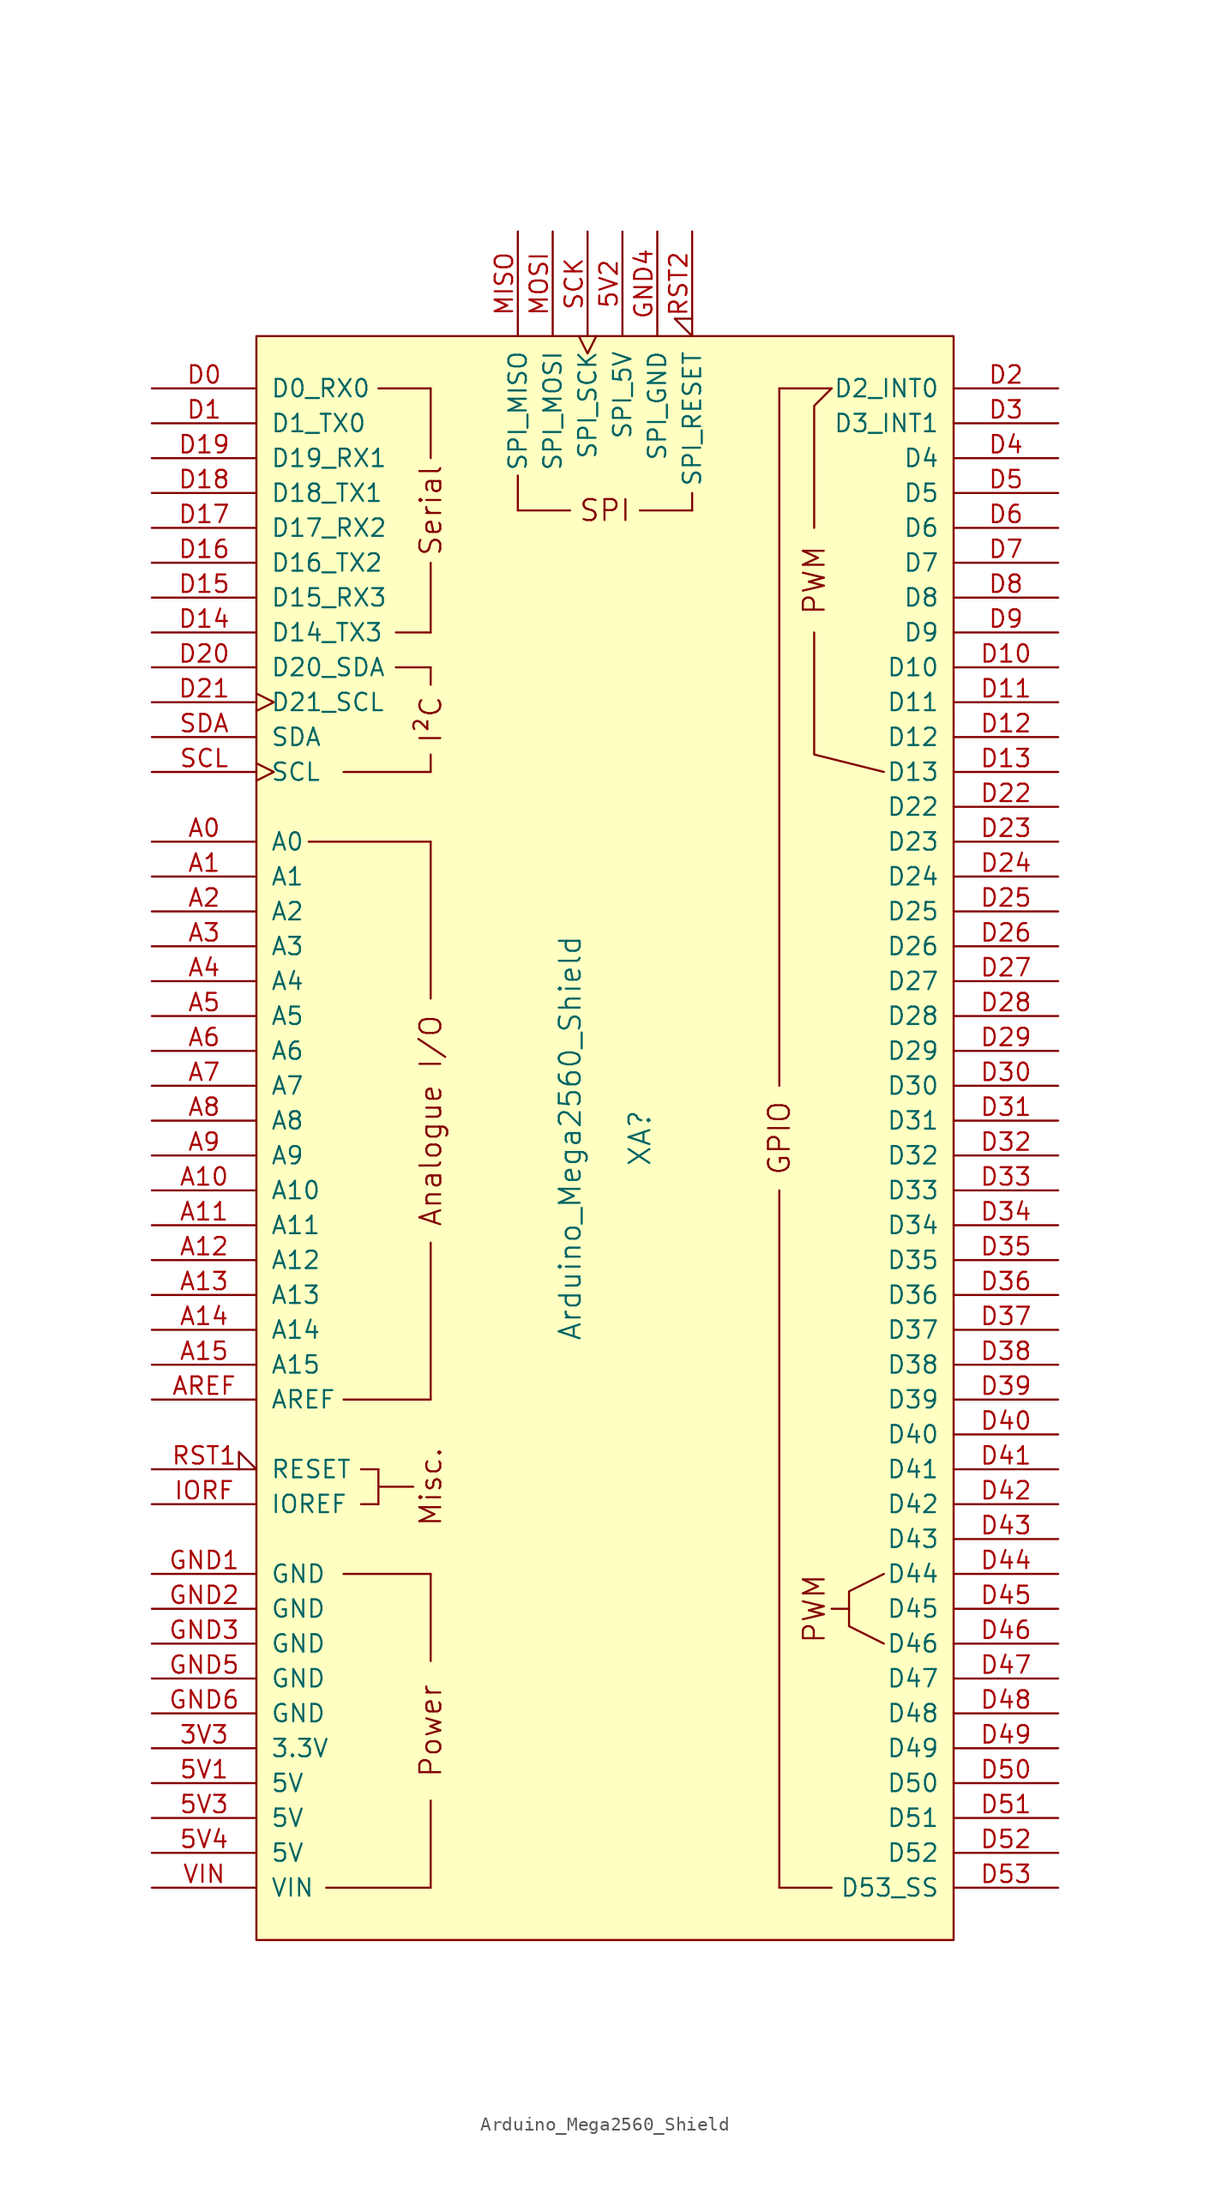
<source format=kicad_sym>
(kicad_symbol_lib
  (version 20220914)
  (generator kicad_symbol_editor)
  (symbol "Arduino_Mega2560_Shield"
    (pin_names
      (offset 1.016))
    (property "Reference" "XA"
      (at 2.54 0 90)
      (effects (font (size 1.524 1.524))))
    (property "Value" "Arduino_Mega2560_Shield"
      (at -2.54 0 90)
      (effects (font (size 1.524 1.524))))
    (symbol "Arduino_Mega2560_Shield_0_0"
      (rectangle (start -25.4 -58.42) (end 25.4 58.42) (stroke (width 0) (type default)) (fill (type background)))
      (rectangle (start -20.32 -54.61) (end -12.7 -54.61) (stroke (width 0) (type default)) (fill (type none)))
      (rectangle (start -19.05 -31.75) (end -12.7 -31.75) (stroke (width 0) (type default)) (fill (type none)))
      (rectangle (start -19.05 -19.05) (end -12.7 -19.05) (stroke (width 0) (type default)) (fill (type none)))
      (rectangle (start -19.05 26.67) (end -12.7 26.67) (stroke (width 0) (type default)) (fill (type none)))
      (rectangle (start -17.78 -26.67) (end -16.51 -26.67) (stroke (width 0) (type default)) (fill (type none)))
      (rectangle (start -17.78 -24.13) (end -16.51 -24.13) (stroke (width 0) (type default)) (fill (type none)))
      (rectangle (start -16.51 -25.4) (end -13.97 -25.4) (stroke (width 0) (type default)) (fill (type none)))
      (rectangle (start -16.51 -24.13) (end -16.51 -26.67) (stroke (width 0) (type default)) (fill (type none)))
      (rectangle (start -16.51 54.61) (end -12.7 54.61) (stroke (width 0) (type default)) (fill (type none)))
      (rectangle (start -15.24 34.29) (end -12.7 34.29) (stroke (width 0) (type default)) (fill (type none)))
      (rectangle (start -15.24 36.83) (end -12.7 36.83) (stroke (width 0) (type default)) (fill (type none)))
      (rectangle (start -12.7 -54.61) (end -12.7 -48.26) (stroke (width 0) (type default)) (fill (type none)))
      (rectangle (start -12.7 -31.75) (end -12.7 -38.1) (stroke (width 0) (type default)) (fill (type none)))
      (rectangle (start -12.7 26.67) (end -12.7 27.94) (stroke (width 0) (type default)) (fill (type none)))
      (rectangle (start -12.7 34.29) (end -12.7 33.02) (stroke (width 0) (type default)) (fill (type none)))
      (rectangle (start -12.7 41.91) (end -12.7 36.83) (stroke (width 0) (type default)) (fill (type none)))
      (rectangle (start -12.7 49.53) (end -12.7 54.61) (stroke (width 0) (type default)) (fill (type none)))
      (rectangle (start -6.35 48.26) (end -6.35 45.72) (stroke (width 0) (type default)) (fill (type none)))
      (rectangle (start -2.54 45.72) (end -6.35 45.72) (stroke (width 0) (type default)) (fill (type none)))
      (polyline (pts (xy -21.59 21.59) (xy -12.7 21.59)) (stroke (width 0) (type default)) (fill (type none)))
      (polyline (pts (xy -12.7 -19.05) (xy -12.7 -7.62)) (stroke (width 0) (type default)) (fill (type none)))
      (polyline (pts (xy -12.7 10.16) (xy -12.7 21.59)) (stroke (width 0) (type default)) (fill (type none)))
      (polyline (pts (xy 12.7 -54.61) (xy 16.51 -54.61)) (stroke (width 0) (type default)) (fill (type none)))
      (polyline (pts (xy 12.7 54.61) (xy 16.51 54.61)) (stroke (width 0) (type default)) (fill (type none)))
      (polyline (pts (xy 17.78 -34.29) (xy 16.51 -34.29)) (stroke (width 0) (type default)) (fill (type none)))
      (polyline (pts (xy 15.24 36.83) (xy 15.24 27.94) (xy 20.32 26.67)) (stroke (width 0) (type default)) (fill (type none)))
      (polyline (pts (xy 15.24 44.45) (xy 15.24 53.34) (xy 16.51 54.61)) (stroke (width 0) (type default)) (fill (type none)))
      (polyline (pts (xy 20.32 -31.75) (xy 17.78 -33.02) (xy 17.78 -35.56) (xy 20.32 -36.83)) (stroke (width 0) (type default)) (fill (type none)))
      (rectangle (start 6.35 45.72) (end 2.54 45.72) (stroke (width 0) (type default)) (fill (type none)))
      (rectangle (start 6.35 46.99) (end 6.35 45.72) (stroke (width 0) (type default)) (fill (type none)))
      (text "Analogue I/O" (at -12.7 1.27 900) (effects (font (size 1.524 1.524))))
      (text "I²C" (at -12.7 30.48 900) (effects (font (size 1.524 1.524))))
      (text "Misc." (at -12.7 -25.4 900) (effects (font (size 1.524 1.524))))
      (text "Power" (at -12.7 -43.18 900) (effects (font (size 1.524 1.524))))
      (text "PWM" (at 15.24 -34.29 900) (effects (font (size 1.524 1.524))))
      (text "PWM" (at 15.24 40.64 900) (effects (font (size 1.524 1.524))))
      (text "Serial" (at -12.7 45.72 900) (effects (font (size 1.524 1.524))))
      (text "SPI" (at 0 45.72 0) (effects (font (size 1.524 1.524)))))
    (symbol "Arduino_Mega2560_Shield_1_0"
      (rectangle (start 12.7 -54.61) (end 12.7 -3.81) (stroke (width 0) (type default)) (fill (type none)))
      (rectangle (start 12.7 54.61) (end 12.7 3.81) (stroke (width 0) (type default)) (fill (type none)))
      (text "GPIO" (at 12.7 0 900) (effects (font (size 1.524 1.524)))))
    (symbol "Arduino_Mega2560_Shield_1_1"
      (pin power_in line (at -33.02 -44.45 0) (length 7.62) (name "3.3V" (effects (font (size 1.27 1.27)))) (number "3V3" (effects (font (size 1.27 1.27)))))
      (pin power_in line (at -33.02 -46.99 0) (length 7.62) (name "5V" (effects (font (size 1.27 1.27)))) (number "5V1" (effects (font (size 1.27 1.27)))))
      (pin power_in line (at 1.27 66.04 270) (length 7.62) (name "SPI_5V" (effects (font (size 1.27 1.27)))) (number "5V2" (effects (font (size 1.27 1.27)))))
      (pin power_in line (at -33.02 -49.53 0) (length 7.62) (name "5V" (effects (font (size 1.27 1.27)))) (number "5V3" (effects (font (size 1.27 1.27)))))
      (pin power_in line (at -33.02 -52.07 0) (length 7.62) (name "5V" (effects (font (size 1.27 1.27)))) (number "5V4" (effects (font (size 1.27 1.27)))))
      (pin bidirectional line (at -33.02 21.59 0) (length 7.62) (name "A0" (effects (font (size 1.27 1.27)))) (number "A0" (effects (font (size 1.27 1.27)))))
      (pin bidirectional line (at -33.02 19.05 0) (length 7.62) (name "A1" (effects (font (size 1.27 1.27)))) (number "A1" (effects (font (size 1.27 1.27)))))
      (pin bidirectional line (at -33.02 -3.81 0) (length 7.62) (name "A10" (effects (font (size 1.27 1.27)))) (number "A10" (effects (font (size 1.27 1.27)))))
      (pin bidirectional line (at -33.02 -6.35 0) (length 7.62) (name "A11" (effects (font (size 1.27 1.27)))) (number "A11" (effects (font (size 1.27 1.27)))))
      (pin bidirectional line (at -33.02 -8.89 0) (length 7.62) (name "A12" (effects (font (size 1.27 1.27)))) (number "A12" (effects (font (size 1.27 1.27)))))
      (pin bidirectional line (at -33.02 -11.43 0) (length 7.62) (name "A13" (effects (font (size 1.27 1.27)))) (number "A13" (effects (font (size 1.27 1.27)))))
      (pin bidirectional line (at -33.02 -13.97 0) (length 7.62) (name "A14" (effects (font (size 1.27 1.27)))) (number "A14" (effects (font (size 1.27 1.27)))))
      (pin bidirectional line (at -33.02 -16.51 0) (length 7.62) (name "A15" (effects (font (size 1.27 1.27)))) (number "A15" (effects (font (size 1.27 1.27)))))
      (pin bidirectional line (at -33.02 16.51 0) (length 7.62) (name "A2" (effects (font (size 1.27 1.27)))) (number "A2" (effects (font (size 1.27 1.27)))))
      (pin bidirectional line (at -33.02 13.97 0) (length 7.62) (name "A3" (effects (font (size 1.27 1.27)))) (number "A3" (effects (font (size 1.27 1.27)))))
      (pin bidirectional line (at -33.02 11.43 0) (length 7.62) (name "A4" (effects (font (size 1.27 1.27)))) (number "A4" (effects (font (size 1.27 1.27)))))
      (pin bidirectional line (at -33.02 8.89 0) (length 7.62) (name "A5" (effects (font (size 1.27 1.27)))) (number "A5" (effects (font (size 1.27 1.27)))))
      (pin bidirectional line (at -33.02 6.35 0) (length 7.62) (name "A6" (effects (font (size 1.27 1.27)))) (number "A6" (effects (font (size 1.27 1.27)))))
      (pin bidirectional line (at -33.02 3.81 0) (length 7.62) (name "A7" (effects (font (size 1.27 1.27)))) (number "A7" (effects (font (size 1.27 1.27)))))
      (pin bidirectional line (at -33.02 1.27 0) (length 7.62) (name "A8" (effects (font (size 1.27 1.27)))) (number "A8" (effects (font (size 1.27 1.27)))))
      (pin bidirectional line (at -33.02 -1.27 0) (length 7.62) (name "A9" (effects (font (size 1.27 1.27)))) (number "A9" (effects (font (size 1.27 1.27)))))
      (pin input line (at -33.02 -19.05 0) (length 7.62) (name "AREF" (effects (font (size 1.27 1.27)))) (number "AREF" (effects (font (size 1.27 1.27)))))
      (pin bidirectional line (at -33.02 54.61 0) (length 7.62) (name "D0_RX0" (effects (font (size 1.27 1.27)))) (number "D0" (effects (font (size 1.27 1.27)))))
      (pin bidirectional line (at -33.02 52.07 0) (length 7.62) (name "D1_TX0" (effects (font (size 1.27 1.27)))) (number "D1" (effects (font (size 1.27 1.27)))))
      (pin bidirectional line (at 33.02 34.29 180) (length 7.62) (name "D10" (effects (font (size 1.27 1.27)))) (number "D10" (effects (font (size 1.27 1.27)))))
      (pin bidirectional line (at 33.02 31.75 180) (length 7.62) (name "D11" (effects (font (size 1.27 1.27)))) (number "D11" (effects (font (size 1.27 1.27)))))
      (pin bidirectional line (at 33.02 29.21 180) (length 7.62) (name "D12" (effects (font (size 1.27 1.27)))) (number "D12" (effects (font (size 1.27 1.27)))))
      (pin bidirectional line (at 33.02 26.67 180) (length 7.62) (name "D13" (effects (font (size 1.27 1.27)))) (number "D13" (effects (font (size 1.27 1.27)))))
      (pin bidirectional line (at -33.02 36.83 0) (length 7.62) (name "D14_TX3" (effects (font (size 1.27 1.27)))) (number "D14" (effects (font (size 1.27 1.27)))))
      (pin bidirectional line (at -33.02 39.37 0) (length 7.62) (name "D15_RX3" (effects (font (size 1.27 1.27)))) (number "D15" (effects (font (size 1.27 1.27)))))
      (pin bidirectional line (at -33.02 41.91 0) (length 7.62) (name "D16_TX2" (effects (font (size 1.27 1.27)))) (number "D16" (effects (font (size 1.27 1.27)))))
      (pin bidirectional line (at -33.02 44.45 0) (length 7.62) (name "D17_RX2" (effects (font (size 1.27 1.27)))) (number "D17" (effects (font (size 1.27 1.27)))))
      (pin bidirectional line (at -33.02 46.99 0) (length 7.62) (name "D18_TX1" (effects (font (size 1.27 1.27)))) (number "D18" (effects (font (size 1.27 1.27)))))
      (pin bidirectional line (at -33.02 49.53 0) (length 7.62) (name "D19_RX1" (effects (font (size 1.27 1.27)))) (number "D19" (effects (font (size 1.27 1.27)))))
      (pin bidirectional line (at 33.02 54.61 180) (length 7.62) (name "D2_INT0" (effects (font (size 1.27 1.27)))) (number "D2" (effects (font (size 1.27 1.27)))))
      (pin bidirectional line (at -33.02 34.29 0) (length 7.62) (name "D20_SDA" (effects (font (size 1.27 1.27)))) (number "D20" (effects (font (size 1.27 1.27)))))
      (pin bidirectional clock (at -33.02 31.75 0) (length 7.62) (name "D21_SCL" (effects (font (size 1.27 1.27)))) (number "D21" (effects (font (size 1.27 1.27)))))
      (pin bidirectional line (at 33.02 24.13 180) (length 7.62) (name "D22" (effects (font (size 1.27 1.27)))) (number "D22" (effects (font (size 1.27 1.27)))))
      (pin bidirectional line (at 33.02 21.59 180) (length 7.62) (name "D23" (effects (font (size 1.27 1.27)))) (number "D23" (effects (font (size 1.27 1.27)))))
      (pin bidirectional line (at 33.02 19.05 180) (length 7.62) (name "D24" (effects (font (size 1.27 1.27)))) (number "D24" (effects (font (size 1.27 1.27)))))
      (pin bidirectional line (at 33.02 16.51 180) (length 7.62) (name "D25" (effects (font (size 1.27 1.27)))) (number "D25" (effects (font (size 1.27 1.27)))))
      (pin bidirectional line (at 33.02 13.97 180) (length 7.62) (name "D26" (effects (font (size 1.27 1.27)))) (number "D26" (effects (font (size 1.27 1.27)))))
      (pin bidirectional line (at 33.02 11.43 180) (length 7.62) (name "D27" (effects (font (size 1.27 1.27)))) (number "D27" (effects (font (size 1.27 1.27)))))
      (pin bidirectional line (at 33.02 8.89 180) (length 7.62) (name "D28" (effects (font (size 1.27 1.27)))) (number "D28" (effects (font (size 1.27 1.27)))))
      (pin bidirectional line (at 33.02 6.35 180) (length 7.62) (name "D29" (effects (font (size 1.27 1.27)))) (number "D29" (effects (font (size 1.27 1.27)))))
      (pin bidirectional line (at 33.02 52.07 180) (length 7.62) (name "D3_INT1" (effects (font (size 1.27 1.27)))) (number "D3" (effects (font (size 1.27 1.27)))))
      (pin bidirectional line (at 33.02 3.81 180) (length 7.62) (name "D30" (effects (font (size 1.27 1.27)))) (number "D30" (effects (font (size 1.27 1.27)))))
      (pin bidirectional line (at 33.02 1.27 180) (length 7.62) (name "D31" (effects (font (size 1.27 1.27)))) (number "D31" (effects (font (size 1.27 1.27)))))
      (pin bidirectional line (at 33.02 -1.27 180) (length 7.62) (name "D32" (effects (font (size 1.27 1.27)))) (number "D32" (effects (font (size 1.27 1.27)))))
      (pin bidirectional line (at 33.02 -3.81 180) (length 7.62) (name "D33" (effects (font (size 1.27 1.27)))) (number "D33" (effects (font (size 1.27 1.27)))))
      (pin bidirectional line (at 33.02 -6.35 180) (length 7.62) (name "D34" (effects (font (size 1.27 1.27)))) (number "D34" (effects (font (size 1.27 1.27)))))
      (pin bidirectional line (at 33.02 -8.89 180) (length 7.62) (name "D35" (effects (font (size 1.27 1.27)))) (number "D35" (effects (font (size 1.27 1.27)))))
      (pin bidirectional line (at 33.02 -11.43 180) (length 7.62) (name "D36" (effects (font (size 1.27 1.27)))) (number "D36" (effects (font (size 1.27 1.27)))))
      (pin bidirectional line (at 33.02 -13.97 180) (length 7.62) (name "D37" (effects (font (size 1.27 1.27)))) (number "D37" (effects (font (size 1.27 1.27)))))
      (pin bidirectional line (at 33.02 -16.51 180) (length 7.62) (name "D38" (effects (font (size 1.27 1.27)))) (number "D38" (effects (font (size 1.27 1.27)))))
      (pin bidirectional line (at 33.02 -19.05 180) (length 7.62) (name "D39" (effects (font (size 1.27 1.27)))) (number "D39" (effects (font (size 1.27 1.27)))))
      (pin bidirectional line (at 33.02 49.53 180) (length 7.62) (name "D4" (effects (font (size 1.27 1.27)))) (number "D4" (effects (font (size 1.27 1.27)))))
      (pin bidirectional line (at 33.02 -21.59 180) (length 7.62) (name "D40" (effects (font (size 1.27 1.27)))) (number "D40" (effects (font (size 1.27 1.27)))))
      (pin bidirectional line (at 33.02 -24.13 180) (length 7.62) (name "D41" (effects (font (size 1.27 1.27)))) (number "D41" (effects (font (size 1.27 1.27)))))
      (pin bidirectional line (at 33.02 -26.67 180) (length 7.62) (name "D42" (effects (font (size 1.27 1.27)))) (number "D42" (effects (font (size 1.27 1.27)))))
      (pin bidirectional line (at 33.02 -29.21 180) (length 7.62) (name "D43" (effects (font (size 1.27 1.27)))) (number "D43" (effects (font (size 1.27 1.27)))))
      (pin bidirectional line (at 33.02 -31.75 180) (length 7.62) (name "D44" (effects (font (size 1.27 1.27)))) (number "D44" (effects (font (size 1.27 1.27)))))
      (pin bidirectional line (at 33.02 -34.29 180) (length 7.62) (name "D45" (effects (font (size 1.27 1.27)))) (number "D45" (effects (font (size 1.27 1.27)))))
      (pin bidirectional line (at 33.02 -36.83 180) (length 7.62) (name "D46" (effects (font (size 1.27 1.27)))) (number "D46" (effects (font (size 1.27 1.27)))))
      (pin bidirectional line (at 33.02 -39.37 180) (length 7.62) (name "D47" (effects (font (size 1.27 1.27)))) (number "D47" (effects (font (size 1.27 1.27)))))
      (pin bidirectional line (at 33.02 -41.91 180) (length 7.62) (name "D48" (effects (font (size 1.27 1.27)))) (number "D48" (effects (font (size 1.27 1.27)))))
      (pin bidirectional line (at 33.02 -44.45 180) (length 7.62) (name "D49" (effects (font (size 1.27 1.27)))) (number "D49" (effects (font (size 1.27 1.27)))))
      (pin bidirectional line (at 33.02 46.99 180) (length 7.62) (name "D5" (effects (font (size 1.27 1.27)))) (number "D5" (effects (font (size 1.27 1.27)))))
      (pin bidirectional line (at 33.02 -46.99 180) (length 7.62) (name "D50" (effects (font (size 1.27 1.27)))) (number "D50" (effects (font (size 1.27 1.27)))))
      (pin bidirectional line (at 33.02 -49.53 180) (length 7.62) (name "D51" (effects (font (size 1.27 1.27)))) (number "D51" (effects (font (size 1.27 1.27)))))
      (pin bidirectional line (at 33.02 -52.07 180) (length 7.62) (name "D52" (effects (font (size 1.27 1.27)))) (number "D52" (effects (font (size 1.27 1.27)))))
      (pin bidirectional line (at 33.02 -54.61 180) (length 7.62) (name "D53_SS" (effects (font (size 1.27 1.27)))) (number "D53" (effects (font (size 1.27 1.27)))))
      (pin bidirectional line (at 33.02 44.45 180) (length 7.62) (name "D6" (effects (font (size 1.27 1.27)))) (number "D6" (effects (font (size 1.27 1.27)))))
      (pin bidirectional line (at 33.02 41.91 180) (length 7.62) (name "D7" (effects (font (size 1.27 1.27)))) (number "D7" (effects (font (size 1.27 1.27)))))
      (pin bidirectional line (at 33.02 39.37 180) (length 7.62) (name "D8" (effects (font (size 1.27 1.27)))) (number "D8" (effects (font (size 1.27 1.27)))))
      (pin bidirectional line (at 33.02 36.83 180) (length 7.62) (name "D9" (effects (font (size 1.27 1.27)))) (number "D9" (effects (font (size 1.27 1.27)))))
      (pin power_in line (at -33.02 -31.75 0) (length 7.62) (name "GND" (effects (font (size 1.27 1.27)))) (number "GND1" (effects (font (size 1.27 1.27)))))
      (pin power_in line (at -33.02 -34.29 0) (length 7.62) (name "GND" (effects (font (size 1.27 1.27)))) (number "GND2" (effects (font (size 1.27 1.27)))))
      (pin power_in line (at -33.02 -36.83 0) (length 7.62) (name "GND" (effects (font (size 1.27 1.27)))) (number "GND3" (effects (font (size 1.27 1.27)))))
      (pin power_in line (at 3.81 66.04 270) (length 7.62) (name "SPI_GND" (effects (font (size 1.27 1.27)))) (number "GND4" (effects (font (size 1.27 1.27)))))
      (pin power_in line (at -33.02 -39.37 0) (length 7.62) (name "GND" (effects (font (size 1.27 1.27)))) (number "GND5" (effects (font (size 1.27 1.27)))))
      (pin power_in line (at -33.02 -41.91 0) (length 7.62) (name "GND" (effects (font (size 1.27 1.27)))) (number "GND6" (effects (font (size 1.27 1.27)))))
      (pin output line (at -33.02 -26.67 0) (length 7.62) (name "IOREF" (effects (font (size 1.27 1.27)))) (number "IORF" (effects (font (size 1.27 1.27)))))
      (pin input line (at -6.35 66.04 270) (length 7.62) (name "SPI_MISO" (effects (font (size 1.27 1.27)))) (number "MISO" (effects (font (size 1.27 1.27)))))
      (pin output line (at -3.81 66.04 270) (length 7.62) (name "SPI_MOSI" (effects (font (size 1.27 1.27)))) (number "MOSI" (effects (font (size 1.27 1.27)))))
      (pin open_collector input_low (at -33.02 -24.13 0) (length 7.62) (name "RESET" (effects (font (size 1.27 1.27)))) (number "RST1" (effects (font (size 1.27 1.27)))))
      (pin open_collector input_low (at 6.35 66.04 270) (length 7.62) (name "SPI_RESET" (effects (font (size 1.27 1.27)))) (number "RST2" (effects (font (size 1.27 1.27)))))
      (pin output clock (at -1.27 66.04 270) (length 7.62) (name "SPI_SCK" (effects (font (size 1.27 1.27)))) (number "SCK" (effects (font (size 1.27 1.27)))))
      (pin bidirectional clock (at -33.02 26.67 0) (length 7.62) (name "SCL" (effects (font (size 1.27 1.27)))) (number "SCL" (effects (font (size 1.27 1.27)))))
      (pin bidirectional line (at -33.02 29.21 0) (length 7.62) (name "SDA" (effects (font (size 1.27 1.27)))) (number "SDA" (effects (font (size 1.27 1.27)))))
      (pin power_in line (at -33.02 -54.61 0) (length 7.62) (name "VIN" (effects (font (size 1.27 1.27)))) (number "VIN" (effects (font (size 1.27 1.27))))))))
</source>
